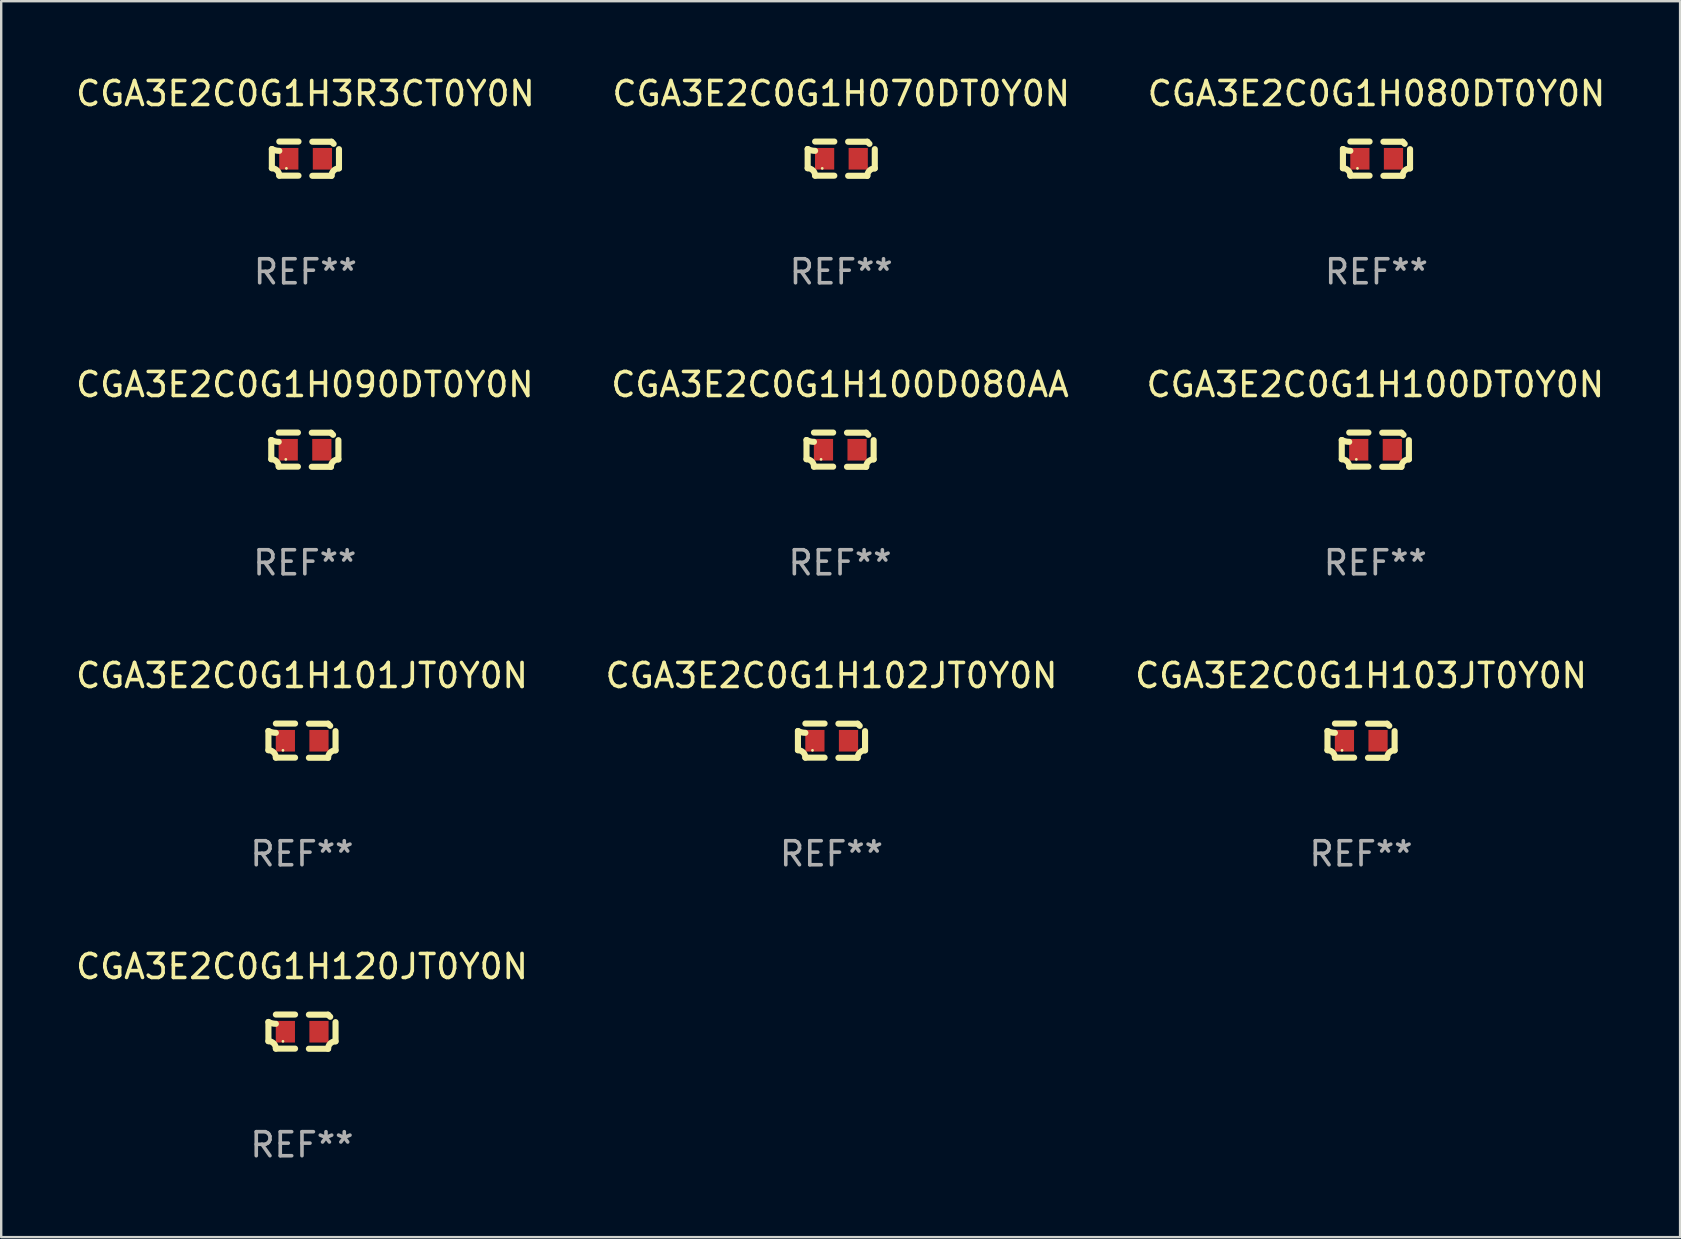
<source format=kicad_pcb>
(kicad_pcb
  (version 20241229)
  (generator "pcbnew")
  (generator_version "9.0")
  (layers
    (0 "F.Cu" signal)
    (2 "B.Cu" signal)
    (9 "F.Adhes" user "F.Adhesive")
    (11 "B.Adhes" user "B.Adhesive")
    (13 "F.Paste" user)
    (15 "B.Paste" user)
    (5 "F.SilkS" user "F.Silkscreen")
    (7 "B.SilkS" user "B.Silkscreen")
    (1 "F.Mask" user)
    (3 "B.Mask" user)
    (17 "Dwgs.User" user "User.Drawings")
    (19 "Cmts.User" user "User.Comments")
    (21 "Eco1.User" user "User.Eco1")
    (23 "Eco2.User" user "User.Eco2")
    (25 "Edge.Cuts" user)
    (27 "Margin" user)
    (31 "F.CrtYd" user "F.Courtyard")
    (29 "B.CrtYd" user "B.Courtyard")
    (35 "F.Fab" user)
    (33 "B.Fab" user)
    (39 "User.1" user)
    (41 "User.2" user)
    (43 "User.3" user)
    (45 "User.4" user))
  (footprint "CGA3E2C0G1H120JT0Y0N"
    (layer "F.Cu")
    (at 9.53 39.927)
    (property "Reference" "CGA3E2C0G1H120JT0Y0N" (at 0 -2.713 0) (layer "F.SilkS") (effects (font (size 1 1) (thickness 0.15))))
    (attr through_hole)
    (fp_line (start -1.398 -0.403) (end -1.398 0.397) (stroke (width 0.254) (type solid)) (layer "F.SilkS"))
    (fp_line (start -0.288 -0.713) (end -1.088 -0.713) (stroke (width 0.254) (type solid)) (layer "F.SilkS"))
    (fp_line (start -0.288 0.707) (end -1.088 0.707) (stroke (width 0.254) (type solid)) (layer "F.SilkS"))
    (fp_line (start 0.288 -0.707) (end 1.088 -0.707) (stroke (width 0.254) (type solid)) (layer "F.SilkS"))
    (fp_line (start 0.288 0.713) (end 1.088 0.713) (stroke (width 0.254) (type solid)) (layer "F.SilkS"))
    (fp_line (start 1.398 -0.397) (end 1.398 0.403) (stroke (width 0.254) (type solid)) (layer "F.SilkS"))
    (fp_arc (start -1.397789 0.397066) (mid -1.178701 0.487826) (end -1.08796 0.706922) (stroke (width 0.254001) (type solid)) (layer "F.SilkS"))
    (fp_arc (start -1.08796 -0.327176) (mid -1.247436 -0.346384) (end -1.39779 -0.402908) (stroke (width 0.254001) (type solid)) (layer "F.SilkS"))
    (fp_arc (start 1.087909 0.712738) (mid 1.178656 0.493655) (end 1.397739 0.402908) (stroke (width 0.254001) (type solid)) (layer "F.SilkS"))
    (fp_arc (start 1.175925 -0.618926) (mid 1.131917 -0.662923) (end 1.08791 -0.706922) (stroke (width 0.254001) (type solid)) (layer "F.SilkS"))
    (fp_circle (center -0.792 0.403) (end -0.762 0.403) (stroke (width 0.06) (type solid)) (fill no) (layer "F.SilkS"))
    (fp_text user "REF**" (at 0 4.713 0) (layer "F.Fab") (effects (font (size 1 1) (thickness 0.15))))
    (pad "1" smd rect (at -0.692 0.003) (size 0.8 0.9) (layers "F.Cu" "F.Mask" "F.Paste"))
    (pad "2" smd rect (at 0.708 0.003) (size 0.8 0.9) (layers "F.Cu" "F.Mask" "F.Paste")))
  (footprint "CGA3E2C0G1H101JT0Y0N"
    (layer "F.Cu")
    (at 9.53 27.805)
    (property "Reference" "CGA3E2C0G1H101JT0Y0N" (at 0 -2.713 0) (layer "F.SilkS") (effects (font (size 1 1) (thickness 0.15))))
    (attr through_hole)
    (fp_line (start -1.398 -0.403) (end -1.398 0.397) (stroke (width 0.254) (type solid)) (layer "F.SilkS"))
    (fp_line (start -0.288 -0.713) (end -1.088 -0.713) (stroke (width 0.254) (type solid)) (layer "F.SilkS"))
    (fp_line (start -0.288 0.707) (end -1.088 0.707) (stroke (width 0.254) (type solid)) (layer "F.SilkS"))
    (fp_line (start 0.288 -0.707) (end 1.088 -0.707) (stroke (width 0.254) (type solid)) (layer "F.SilkS"))
    (fp_line (start 0.288 0.713) (end 1.088 0.713) (stroke (width 0.254) (type solid)) (layer "F.SilkS"))
    (fp_line (start 1.398 -0.397) (end 1.398 0.403) (stroke (width 0.254) (type solid)) (layer "F.SilkS"))
    (fp_arc (start -1.397789 0.397066) (mid -1.178701 0.487826) (end -1.08796 0.706922) (stroke (width 0.254001) (type solid)) (layer "F.SilkS"))
    (fp_arc (start -1.08796 -0.327176) (mid -1.247436 -0.346384) (end -1.39779 -0.402908) (stroke (width 0.254001) (type solid)) (layer "F.SilkS"))
    (fp_arc (start 1.087909 0.712738) (mid 1.178656 0.493655) (end 1.397739 0.402908) (stroke (width 0.254001) (type solid)) (layer "F.SilkS"))
    (fp_arc (start 1.175925 -0.618926) (mid 1.131917 -0.662923) (end 1.08791 -0.706922) (stroke (width 0.254001) (type solid)) (layer "F.SilkS"))
    (fp_circle (center -0.792 0.403) (end -0.762 0.403) (stroke (width 0.06) (type solid)) (fill no) (layer "F.SilkS"))
    (fp_text user "REF**" (at 0 4.713 0) (layer "F.Fab") (effects (font (size 1 1) (thickness 0.15))))
    (pad "1" smd rect (at -0.692 0.003) (size 0.8 0.9) (layers "F.Cu" "F.Mask" "F.Paste"))
    (pad "2" smd rect (at 0.708 0.003) (size 0.8 0.9) (layers "F.Cu" "F.Mask" "F.Paste")))
  (footprint "CGA3E2C0G1H100DT0Y0N"
    (layer "F.Cu")
    (at 54.244 15.683)
    (property "Reference" "CGA3E2C0G1H100DT0Y0N" (at 0 -2.713 0) (layer "F.SilkS") (effects (font (size 1 1) (thickness 0.15))))
    (attr through_hole)
    (fp_line (start -1.398 -0.403) (end -1.398 0.397) (stroke (width 0.254) (type solid)) (layer "F.SilkS"))
    (fp_line (start -0.288 -0.713) (end -1.088 -0.713) (stroke (width 0.254) (type solid)) (layer "F.SilkS"))
    (fp_line (start -0.288 0.707) (end -1.088 0.707) (stroke (width 0.254) (type solid)) (layer "F.SilkS"))
    (fp_line (start 0.288 -0.707) (end 1.088 -0.707) (stroke (width 0.254) (type solid)) (layer "F.SilkS"))
    (fp_line (start 0.288 0.713) (end 1.088 0.713) (stroke (width 0.254) (type solid)) (layer "F.SilkS"))
    (fp_line (start 1.398 -0.397) (end 1.398 0.403) (stroke (width 0.254) (type solid)) (layer "F.SilkS"))
    (fp_arc (start -1.397789 0.397066) (mid -1.178701 0.487826) (end -1.08796 0.706922) (stroke (width 0.254001) (type solid)) (layer "F.SilkS"))
    (fp_arc (start -1.08796 -0.327176) (mid -1.247436 -0.346384) (end -1.39779 -0.402908) (stroke (width 0.254001) (type solid)) (layer "F.SilkS"))
    (fp_arc (start 1.087909 0.712738) (mid 1.178656 0.493655) (end 1.397739 0.402908) (stroke (width 0.254001) (type solid)) (layer "F.SilkS"))
    (fp_arc (start 1.175925 -0.618926) (mid 1.131917 -0.662923) (end 1.08791 -0.706922) (stroke (width 0.254001) (type solid)) (layer "F.SilkS"))
    (fp_circle (center -0.792 0.403) (end -0.762 0.403) (stroke (width 0.06) (type solid)) (fill no) (layer "F.SilkS"))
    (fp_text user "REF**" (at 0 4.713 0) (layer "F.Fab") (effects (font (size 1 1) (thickness 0.15))))
    (pad "1" smd rect (at -0.692 0.003) (size 0.8 0.9) (layers "F.Cu" "F.Mask" "F.Paste"))
    (pad "2" smd rect (at 0.708 0.003) (size 0.8 0.9) (layers "F.Cu" "F.Mask" "F.Paste")))
  (footprint "CGA3E2C0G1H100D080AA"
    (layer "F.Cu")
    (at 31.946 15.683)
    (property "Reference" "CGA3E2C0G1H100D080AA" (at 0 -2.713 0) (layer "F.SilkS") (effects (font (size 1 1) (thickness 0.15))))
    (attr through_hole)
    (fp_line (start -1.398 -0.403) (end -1.398 0.397) (stroke (width 0.254) (type solid)) (layer "F.SilkS"))
    (fp_line (start -0.288 -0.713) (end -1.088 -0.713) (stroke (width 0.254) (type solid)) (layer "F.SilkS"))
    (fp_line (start -0.288 0.707) (end -1.088 0.707) (stroke (width 0.254) (type solid)) (layer "F.SilkS"))
    (fp_line (start 0.288 -0.707) (end 1.088 -0.707) (stroke (width 0.254) (type solid)) (layer "F.SilkS"))
    (fp_line (start 0.288 0.713) (end 1.088 0.713) (stroke (width 0.254) (type solid)) (layer "F.SilkS"))
    (fp_line (start 1.398 -0.397) (end 1.398 0.403) (stroke (width 0.254) (type solid)) (layer "F.SilkS"))
    (fp_arc (start -1.397789 0.397066) (mid -1.178701 0.487826) (end -1.08796 0.706922) (stroke (width 0.254001) (type solid)) (layer "F.SilkS"))
    (fp_arc (start -1.08796 -0.327176) (mid -1.247436 -0.346384) (end -1.39779 -0.402908) (stroke (width 0.254001) (type solid)) (layer "F.SilkS"))
    (fp_arc (start 1.087909 0.712738) (mid 1.178656 0.493655) (end 1.397739 0.402908) (stroke (width 0.254001) (type solid)) (layer "F.SilkS"))
    (fp_arc (start 1.175925 -0.618926) (mid 1.131917 -0.662923) (end 1.08791 -0.706922) (stroke (width 0.254001) (type solid)) (layer "F.SilkS"))
    (fp_circle (center -0.792 0.403) (end -0.762 0.403) (stroke (width 0.06) (type solid)) (fill no) (layer "F.SilkS"))
    (fp_text user "REF**" (at 0 4.713 0) (layer "F.Fab") (effects (font (size 1 1) (thickness 0.15))))
    (pad "1" smd rect (at -0.692 0.003) (size 0.8 0.9) (layers "F.Cu" "F.Mask" "F.Paste"))
    (pad "2" smd rect (at 0.708 0.003) (size 0.8 0.9) (layers "F.Cu" "F.Mask" "F.Paste")))
  (footprint "CGA3E2C0G1H3R3CT0Y0N"
    (layer "F.Cu")
    (at 9.673 3.561)
    (property "Reference" "CGA3E2C0G1H3R3CT0Y0N" (at 0 -2.713 0) (layer "F.SilkS") (effects (font (size 1 1) (thickness 0.15))))
    (attr through_hole)
    (fp_line (start -1.398 -0.403) (end -1.398 0.397) (stroke (width 0.254) (type solid)) (layer "F.SilkS"))
    (fp_line (start -0.288 -0.713) (end -1.088 -0.713) (stroke (width 0.254) (type solid)) (layer "F.SilkS"))
    (fp_line (start -0.288 0.707) (end -1.088 0.707) (stroke (width 0.254) (type solid)) (layer "F.SilkS"))
    (fp_line (start 0.288 -0.707) (end 1.088 -0.707) (stroke (width 0.254) (type solid)) (layer "F.SilkS"))
    (fp_line (start 0.288 0.713) (end 1.088 0.713) (stroke (width 0.254) (type solid)) (layer "F.SilkS"))
    (fp_line (start 1.398 -0.397) (end 1.398 0.403) (stroke (width 0.254) (type solid)) (layer "F.SilkS"))
    (fp_arc (start -1.397789 0.397066) (mid -1.178701 0.487826) (end -1.08796 0.706922) (stroke (width 0.254001) (type solid)) (layer "F.SilkS"))
    (fp_arc (start -1.08796 -0.327176) (mid -1.247436 -0.346384) (end -1.39779 -0.402908) (stroke (width 0.254001) (type solid)) (layer "F.SilkS"))
    (fp_arc (start 1.087909 0.712738) (mid 1.178656 0.493655) (end 1.397739 0.402908) (stroke (width 0.254001) (type solid)) (layer "F.SilkS"))
    (fp_arc (start 1.175925 -0.618926) (mid 1.131917 -0.662923) (end 1.08791 -0.706922) (stroke (width 0.254001) (type solid)) (layer "F.SilkS"))
    (fp_circle (center -0.792 0.403) (end -0.762 0.403) (stroke (width 0.06) (type solid)) (fill no) (layer "F.SilkS"))
    (fp_text user "REF**" (at 0 4.713 0) (layer "F.Fab") (effects (font (size 1 1) (thickness 0.15))))
    (pad "1" smd rect (at -0.692 0.003) (size 0.8 0.9) (layers "F.Cu" "F.Mask" "F.Paste"))
    (pad "2" smd rect (at 0.708 0.003) (size 0.8 0.9) (layers "F.Cu" "F.Mask" "F.Paste")))
  (footprint "CGA3E2C0G1H080DT0Y0N"
    (layer "F.Cu")
    (at 54.292 3.561)
    (property "Reference" "CGA3E2C0G1H080DT0Y0N" (at 0 -2.713 0) (layer "F.SilkS") (effects (font (size 1 1) (thickness 0.15))))
    (attr through_hole)
    (fp_line (start -1.398 -0.403) (end -1.398 0.397) (stroke (width 0.254) (type solid)) (layer "F.SilkS"))
    (fp_line (start -0.288 -0.713) (end -1.088 -0.713) (stroke (width 0.254) (type solid)) (layer "F.SilkS"))
    (fp_line (start -0.288 0.707) (end -1.088 0.707) (stroke (width 0.254) (type solid)) (layer "F.SilkS"))
    (fp_line (start 0.288 -0.707) (end 1.088 -0.707) (stroke (width 0.254) (type solid)) (layer "F.SilkS"))
    (fp_line (start 0.288 0.713) (end 1.088 0.713) (stroke (width 0.254) (type solid)) (layer "F.SilkS"))
    (fp_line (start 1.398 -0.397) (end 1.398 0.403) (stroke (width 0.254) (type solid)) (layer "F.SilkS"))
    (fp_arc (start -1.397789 0.397066) (mid -1.178701 0.487826) (end -1.08796 0.706922) (stroke (width 0.254001) (type solid)) (layer "F.SilkS"))
    (fp_arc (start -1.08796 -0.327176) (mid -1.247436 -0.346384) (end -1.39779 -0.402908) (stroke (width 0.254001) (type solid)) (layer "F.SilkS"))
    (fp_arc (start 1.087909 0.712738) (mid 1.178656 0.493655) (end 1.397739 0.402908) (stroke (width 0.254001) (type solid)) (layer "F.SilkS"))
    (fp_arc (start 1.175925 -0.618926) (mid 1.131917 -0.662923) (end 1.08791 -0.706922) (stroke (width 0.254001) (type solid)) (layer "F.SilkS"))
    (fp_circle (center -0.792 0.403) (end -0.762 0.403) (stroke (width 0.06) (type solid)) (fill no) (layer "F.SilkS"))
    (fp_text user "REF**" (at 0 4.713 0) (layer "F.Fab") (effects (font (size 1 1) (thickness 0.15))))
    (pad "1" smd rect (at -0.692 0.003) (size 0.8 0.9) (layers "F.Cu" "F.Mask" "F.Paste"))
    (pad "2" smd rect (at 0.708 0.003) (size 0.8 0.9) (layers "F.Cu" "F.Mask" "F.Paste")))
  (footprint "CGA3E2C0G1H070DT0Y0N"
    (layer "F.Cu")
    (at 31.994 3.561)
    (property "Reference" "CGA3E2C0G1H070DT0Y0N" (at 0 -2.713 0) (layer "F.SilkS") (effects (font (size 1 1) (thickness 0.15))))
    (attr through_hole)
    (fp_line (start -1.398 -0.403) (end -1.398 0.397) (stroke (width 0.254) (type solid)) (layer "F.SilkS"))
    (fp_line (start -0.288 -0.713) (end -1.088 -0.713) (stroke (width 0.254) (type solid)) (layer "F.SilkS"))
    (fp_line (start -0.288 0.707) (end -1.088 0.707) (stroke (width 0.254) (type solid)) (layer "F.SilkS"))
    (fp_line (start 0.288 -0.707) (end 1.088 -0.707) (stroke (width 0.254) (type solid)) (layer "F.SilkS"))
    (fp_line (start 0.288 0.713) (end 1.088 0.713) (stroke (width 0.254) (type solid)) (layer "F.SilkS"))
    (fp_line (start 1.398 -0.397) (end 1.398 0.403) (stroke (width 0.254) (type solid)) (layer "F.SilkS"))
    (fp_arc (start -1.397789 0.397066) (mid -1.178701 0.487826) (end -1.08796 0.706922) (stroke (width 0.254001) (type solid)) (layer "F.SilkS"))
    (fp_arc (start -1.08796 -0.327176) (mid -1.247436 -0.346384) (end -1.39779 -0.402908) (stroke (width 0.254001) (type solid)) (layer "F.SilkS"))
    (fp_arc (start 1.087909 0.712738) (mid 1.178656 0.493655) (end 1.397739 0.402908) (stroke (width 0.254001) (type solid)) (layer "F.SilkS"))
    (fp_arc (start 1.175925 -0.618926) (mid 1.131917 -0.662923) (end 1.08791 -0.706922) (stroke (width 0.254001) (type solid)) (layer "F.SilkS"))
    (fp_circle (center -0.792 0.403) (end -0.762 0.403) (stroke (width 0.06) (type solid)) (fill no) (layer "F.SilkS"))
    (fp_text user "REF**" (at 0 4.713 0) (layer "F.Fab") (effects (font (size 1 1) (thickness 0.15))))
    (pad "1" smd rect (at -0.692 0.003) (size 0.8 0.9) (layers "F.Cu" "F.Mask" "F.Paste"))
    (pad "2" smd rect (at 0.708 0.003) (size 0.8 0.9) (layers "F.Cu" "F.Mask" "F.Paste")))
  (footprint "CGA3E2C0G1H103JT0Y0N"
    (layer "F.Cu")
    (at 53.649 27.805)
    (property "Reference" "CGA3E2C0G1H103JT0Y0N" (at 0 -2.713 0) (layer "F.SilkS") (effects (font (size 1 1) (thickness 0.15))))
    (attr through_hole)
    (fp_line (start -1.398 -0.403) (end -1.398 0.397) (stroke (width 0.254) (type solid)) (layer "F.SilkS"))
    (fp_line (start -0.288 -0.713) (end -1.088 -0.713) (stroke (width 0.254) (type solid)) (layer "F.SilkS"))
    (fp_line (start -0.288 0.707) (end -1.088 0.707) (stroke (width 0.254) (type solid)) (layer "F.SilkS"))
    (fp_line (start 0.288 -0.707) (end 1.088 -0.707) (stroke (width 0.254) (type solid)) (layer "F.SilkS"))
    (fp_line (start 0.288 0.713) (end 1.088 0.713) (stroke (width 0.254) (type solid)) (layer "F.SilkS"))
    (fp_line (start 1.398 -0.397) (end 1.398 0.403) (stroke (width 0.254) (type solid)) (layer "F.SilkS"))
    (fp_arc (start -1.397789 0.397066) (mid -1.178701 0.487826) (end -1.08796 0.706922) (stroke (width 0.254001) (type solid)) (layer "F.SilkS"))
    (fp_arc (start -1.08796 -0.327176) (mid -1.247436 -0.346384) (end -1.39779 -0.402908) (stroke (width 0.254001) (type solid)) (layer "F.SilkS"))
    (fp_arc (start 1.087909 0.712738) (mid 1.178656 0.493655) (end 1.397739 0.402908) (stroke (width 0.254001) (type solid)) (layer "F.SilkS"))
    (fp_arc (start 1.175925 -0.618926) (mid 1.131917 -0.662923) (end 1.08791 -0.706922) (stroke (width 0.254001) (type solid)) (layer "F.SilkS"))
    (fp_circle (center -0.792 0.403) (end -0.762 0.403) (stroke (width 0.06) (type solid)) (fill no) (layer "F.SilkS"))
    (fp_text user "REF**" (at 0 4.713 0) (layer "F.Fab") (effects (font (size 1 1) (thickness 0.15))))
    (pad "1" smd rect (at -0.692 0.003) (size 0.8 0.9) (layers "F.Cu" "F.Mask" "F.Paste"))
    (pad "2" smd rect (at 0.708 0.003) (size 0.8 0.9) (layers "F.Cu" "F.Mask" "F.Paste")))
  (footprint "CGA3E2C0G1H102JT0Y0N"
    (layer "F.Cu")
    (at 31.589 27.805)
    (property "Reference" "CGA3E2C0G1H102JT0Y0N" (at 0 -2.713 0) (layer "F.SilkS") (effects (font (size 1 1) (thickness 0.15))))
    (attr through_hole)
    (fp_line (start -1.398 -0.403) (end -1.398 0.397) (stroke (width 0.254) (type solid)) (layer "F.SilkS"))
    (fp_line (start -0.288 -0.713) (end -1.088 -0.713) (stroke (width 0.254) (type solid)) (layer "F.SilkS"))
    (fp_line (start -0.288 0.707) (end -1.088 0.707) (stroke (width 0.254) (type solid)) (layer "F.SilkS"))
    (fp_line (start 0.288 -0.707) (end 1.088 -0.707) (stroke (width 0.254) (type solid)) (layer "F.SilkS"))
    (fp_line (start 0.288 0.713) (end 1.088 0.713) (stroke (width 0.254) (type solid)) (layer "F.SilkS"))
    (fp_line (start 1.398 -0.397) (end 1.398 0.403) (stroke (width 0.254) (type solid)) (layer "F.SilkS"))
    (fp_arc (start -1.397789 0.397066) (mid -1.178701 0.487826) (end -1.08796 0.706922) (stroke (width 0.254001) (type solid)) (layer "F.SilkS"))
    (fp_arc (start -1.08796 -0.327176) (mid -1.247436 -0.346384) (end -1.39779 -0.402908) (stroke (width 0.254001) (type solid)) (layer "F.SilkS"))
    (fp_arc (start 1.087909 0.712738) (mid 1.178656 0.493655) (end 1.397739 0.402908) (stroke (width 0.254001) (type solid)) (layer "F.SilkS"))
    (fp_arc (start 1.175925 -0.618926) (mid 1.131917 -0.662923) (end 1.08791 -0.706922) (stroke (width 0.254001) (type solid)) (layer "F.SilkS"))
    (fp_circle (center -0.792 0.403) (end -0.762 0.403) (stroke (width 0.06) (type solid)) (fill no) (layer "F.SilkS"))
    (fp_text user "REF**" (at 0 4.713 0) (layer "F.Fab") (effects (font (size 1 1) (thickness 0.15))))
    (pad "1" smd rect (at -0.692 0.003) (size 0.8 0.9) (layers "F.Cu" "F.Mask" "F.Paste"))
    (pad "2" smd rect (at 0.708 0.003) (size 0.8 0.9) (layers "F.Cu" "F.Mask" "F.Paste")))
  (footprint "CGA3E2C0G1H090DT0Y0N"
    (layer "F.Cu")
    (at 9.649 15.683)
    (property "Reference" "CGA3E2C0G1H090DT0Y0N" (at 0 -2.713 0) (layer "F.SilkS") (effects (font (size 1 1) (thickness 0.15))))
    (attr through_hole)
    (fp_line (start -1.398 -0.403) (end -1.398 0.397) (stroke (width 0.254) (type solid)) (layer "F.SilkS"))
    (fp_line (start -0.288 -0.713) (end -1.088 -0.713) (stroke (width 0.254) (type solid)) (layer "F.SilkS"))
    (fp_line (start -0.288 0.707) (end -1.088 0.707) (stroke (width 0.254) (type solid)) (layer "F.SilkS"))
    (fp_line (start 0.288 -0.707) (end 1.088 -0.707) (stroke (width 0.254) (type solid)) (layer "F.SilkS"))
    (fp_line (start 0.288 0.713) (end 1.088 0.713) (stroke (width 0.254) (type solid)) (layer "F.SilkS"))
    (fp_line (start 1.398 -0.397) (end 1.398 0.403) (stroke (width 0.254) (type solid)) (layer "F.SilkS"))
    (fp_arc (start -1.397789 0.397066) (mid -1.178701 0.487826) (end -1.08796 0.706922) (stroke (width 0.254001) (type solid)) (layer "F.SilkS"))
    (fp_arc (start -1.08796 -0.327176) (mid -1.247436 -0.346384) (end -1.39779 -0.402908) (stroke (width 0.254001) (type solid)) (layer "F.SilkS"))
    (fp_arc (start 1.087909 0.712738) (mid 1.178656 0.493655) (end 1.397739 0.402908) (stroke (width 0.254001) (type solid)) (layer "F.SilkS"))
    (fp_arc (start 1.175925 -0.618926) (mid 1.131917 -0.662923) (end 1.08791 -0.706922) (stroke (width 0.254001) (type solid)) (layer "F.SilkS"))
    (fp_circle (center -0.792 0.403) (end -0.762 0.403) (stroke (width 0.06) (type solid)) (fill no) (layer "F.SilkS"))
    (fp_text user "REF**" (at 0 4.713 0) (layer "F.Fab") (effects (font (size 1 1) (thickness 0.15))))
    (pad "1" smd rect (at -0.692 0.003) (size 0.8 0.9) (layers "F.Cu" "F.Mask" "F.Paste"))
    (pad "2" smd rect (at 0.708 0.003) (size 0.8 0.9) (layers "F.Cu" "F.Mask" "F.Paste")))
  (gr_rect
    (start -3 -3)
    (end 66.94 48.488)
    (stroke (width 0.1) (type default))
    (fill no)
    (layer "Edge.Cuts")))
</source>
